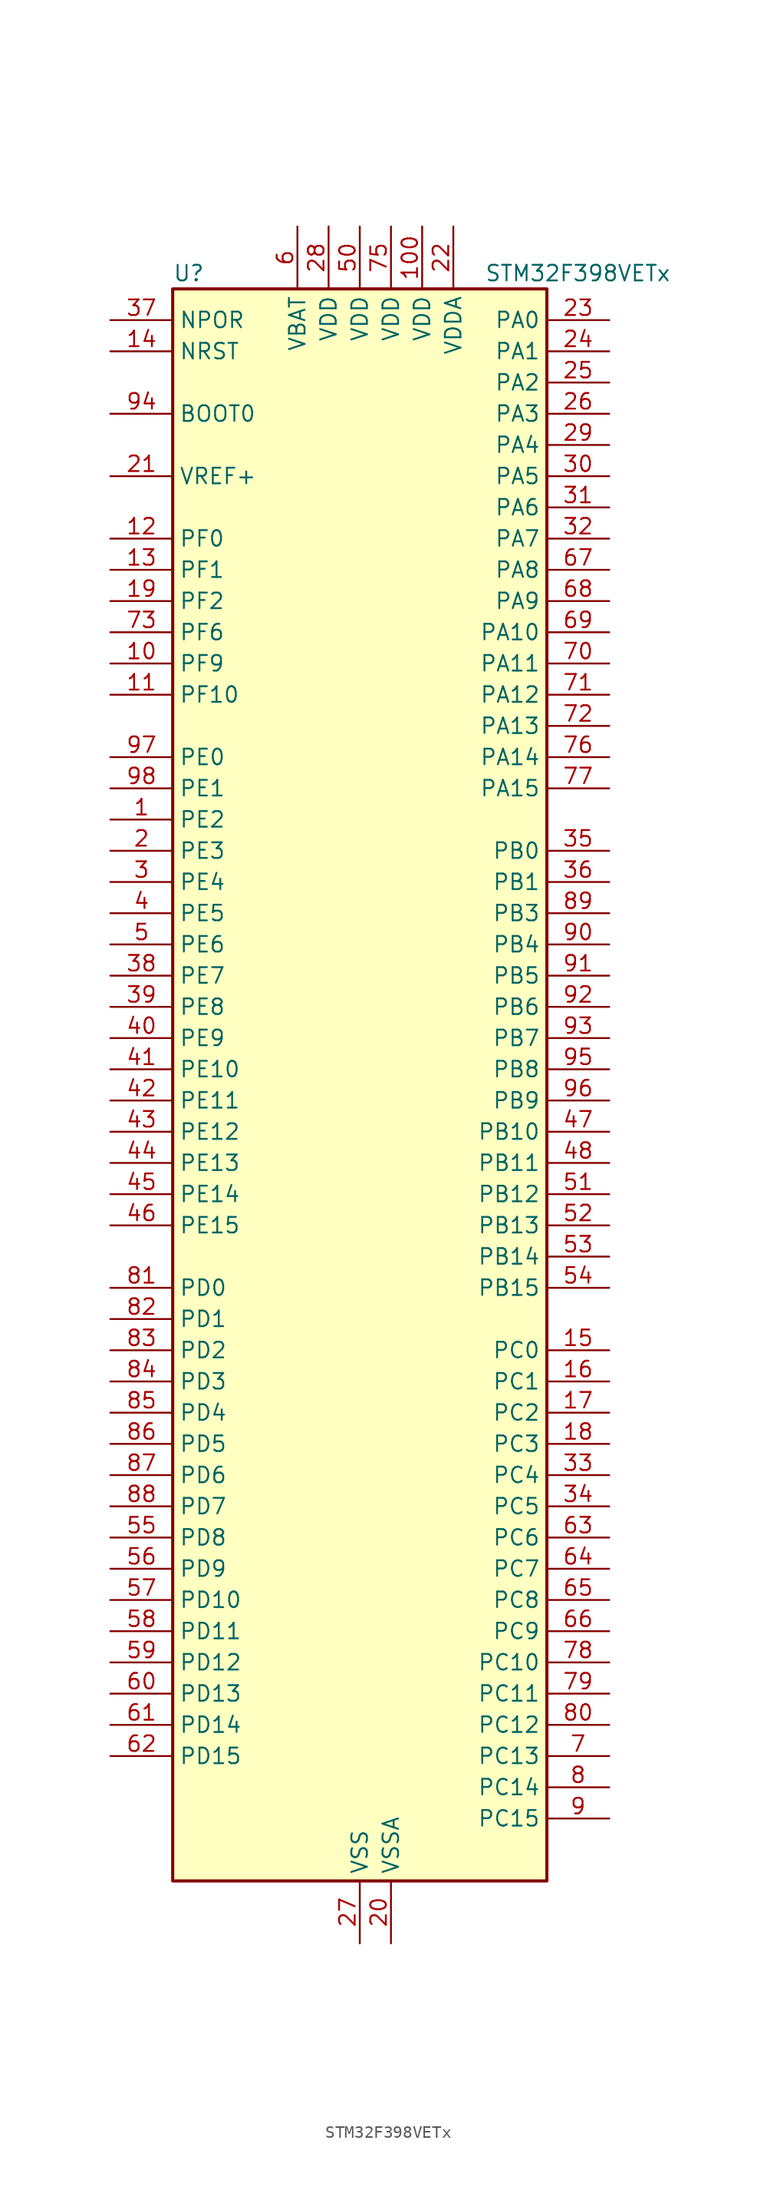
<source format=kicad_sym>
(kicad_symbol_lib
  (version 20220914)
  (generator kicad_symbol_editor)
  (symbol "STM32F398VETx"
    (property "Reference" "U"
      (at -15.24 67.31 0)
      (effects (font (size 1.27 1.27)) (justify left)))
    (property "Value" "STM32F398VETx"
      (at 10.16 67.31 0)
      (effects (font (size 1.27 1.27)) (justify left)))
    (property "ki_locked" ""
      (at 0 0 0)
      (effects (font (size 1.27 1.27))))
    (symbol "STM32F398VETx_0_1"
      (rectangle (start -15.24 -63.5) (end 15.24 66.04) (stroke (width 0.254) (type default)) (fill (type background))))
    (symbol "STM32F398VETx_1_1"
      (pin bidirectional line (at -20.32 22.86 0) (length 5.08) (name "PE2" (effects (font (size 1.27 1.27)))) (number "1" (effects (font (size 1.27 1.27)))) (alternate "ADC3_EXTI2" bidirectional line) (alternate "ADC4_EXTI2" bidirectional line) (alternate "FMC_A23" bidirectional line) (alternate "SPI4_SCK" bidirectional line) (alternate "SYS_TRACECK" bidirectional line) (alternate "TIM20_CH1" bidirectional line) (alternate "TIM3_CH1" bidirectional line) (alternate "TSC_G7_IO1" bidirectional line))
      (pin bidirectional line (at -20.32 35.56 0) (length 5.08) (name "PF9" (effects (font (size 1.27 1.27)))) (number "10" (effects (font (size 1.27 1.27)))) (alternate "DAC1_EXTI9" bidirectional line) (alternate "FMC_CD" bidirectional line) (alternate "SPI2_SCK" bidirectional line) (alternate "TIM15_CH1" bidirectional line) (alternate "TIM20_BKIN" bidirectional line))
      (pin power_in line (at 5.08 71.12 270) (length 5.08) (name "VDD" (effects (font (size 1.27 1.27)))) (number "100" (effects (font (size 1.27 1.27)))))
      (pin bidirectional line (at -20.32 33.02 0) (length 5.08) (name "PF10" (effects (font (size 1.27 1.27)))) (number "11" (effects (font (size 1.27 1.27)))) (alternate "FMC_INTR" bidirectional line) (alternate "SPI2_SCK" bidirectional line) (alternate "TIM15_CH2" bidirectional line) (alternate "TIM20_BKIN2" bidirectional line))
      (pin bidirectional line (at -20.32 45.72 0) (length 5.08) (name "PF0" (effects (font (size 1.27 1.27)))) (number "12" (effects (font (size 1.27 1.27)))) (alternate "I2C2_SDA" bidirectional line) (alternate "I2S2_WS" bidirectional line) (alternate "RCC_OSC_IN" bidirectional line) (alternate "SPI2_NSS" bidirectional line) (alternate "TIM1_CH3N" bidirectional line))
      (pin bidirectional line (at -20.32 43.18 0) (length 5.08) (name "PF1" (effects (font (size 1.27 1.27)))) (number "13" (effects (font (size 1.27 1.27)))) (alternate "I2C2_SCL" bidirectional line) (alternate "I2S2_CK" bidirectional line) (alternate "RCC_OSC_OUT" bidirectional line) (alternate "SPI2_SCK" bidirectional line))
      (pin input line (at -20.32 60.96 0) (length 5.08) (name "NRST" (effects (font (size 1.27 1.27)))) (number "14" (effects (font (size 1.27 1.27)))))
      (pin bidirectional line (at 20.32 -20.32 180) (length 5.08) (name "PC0" (effects (font (size 1.27 1.27)))) (number "15" (effects (font (size 1.27 1.27)))) (alternate "ADC1_IN6" bidirectional line) (alternate "ADC2_IN6" bidirectional line) (alternate "COMP7_INM" bidirectional line) (alternate "TIM1_CH1" bidirectional line))
      (pin bidirectional line (at 20.32 -22.86 180) (length 5.08) (name "PC1" (effects (font (size 1.27 1.27)))) (number "16" (effects (font (size 1.27 1.27)))) (alternate "ADC1_IN7" bidirectional line) (alternate "ADC2_IN7" bidirectional line) (alternate "COMP7_INP" bidirectional line) (alternate "TIM1_CH2" bidirectional line))
      (pin bidirectional line (at 20.32 -25.4 180) (length 5.08) (name "PC2" (effects (font (size 1.27 1.27)))) (number "17" (effects (font (size 1.27 1.27)))) (alternate "ADC1_IN8" bidirectional line) (alternate "ADC2_IN8" bidirectional line) (alternate "ADC3_EXTI2" bidirectional line) (alternate "ADC4_EXTI2" bidirectional line) (alternate "COMP7_OUT" bidirectional line) (alternate "TIM1_CH3" bidirectional line))
      (pin bidirectional line (at 20.32 -27.94 180) (length 5.08) (name "PC3" (effects (font (size 1.27 1.27)))) (number "18" (effects (font (size 1.27 1.27)))) (alternate "ADC1_IN9" bidirectional line) (alternate "ADC2_IN9" bidirectional line) (alternate "TIM1_BKIN2" bidirectional line) (alternate "TIM1_CH4" bidirectional line))
      (pin bidirectional line (at -20.32 40.64 0) (length 5.08) (name "PF2" (effects (font (size 1.27 1.27)))) (number "19" (effects (font (size 1.27 1.27)))) (alternate "ADC1_IN10" bidirectional line) (alternate "ADC2_IN10" bidirectional line) (alternate "ADC3_EXTI2" bidirectional line) (alternate "ADC4_EXTI2" bidirectional line) (alternate "FMC_A2" bidirectional line) (alternate "TIM20_CH3" bidirectional line))
      (pin bidirectional line (at -20.32 20.32 0) (length 5.08) (name "PE3" (effects (font (size 1.27 1.27)))) (number "2" (effects (font (size 1.27 1.27)))) (alternate "FMC_A19" bidirectional line) (alternate "SPI4_NSS" bidirectional line) (alternate "SYS_TRACED0" bidirectional line) (alternate "TIM20_CH2" bidirectional line) (alternate "TIM3_CH2" bidirectional line) (alternate "TSC_G7_IO2" bidirectional line))
      (pin power_in line (at 2.54 -68.58 90) (length 5.08) (name "VSSA" (effects (font (size 1.27 1.27)))) (number "20" (effects (font (size 1.27 1.27)))))
      (pin input line (at -20.32 50.8 0) (length 5.08) (name "VREF+" (effects (font (size 1.27 1.27)))) (number "21" (effects (font (size 1.27 1.27)))))
      (pin power_in line (at 7.62 71.12 270) (length 5.08) (name "VDDA" (effects (font (size 1.27 1.27)))) (number "22" (effects (font (size 1.27 1.27)))))
      (pin bidirectional line (at 20.32 63.5 180) (length 5.08) (name "PA0" (effects (font (size 1.27 1.27)))) (number "23" (effects (font (size 1.27 1.27)))) (alternate "ADC1_IN1" bidirectional line) (alternate "COMP1_INM" bidirectional line) (alternate "COMP1_OUT" bidirectional line) (alternate "RTC_TAMP2" bidirectional line) (alternate "SYS_WKUP1" bidirectional line) (alternate "TIM2_CH1" bidirectional line) (alternate "TIM2_ETR" bidirectional line) (alternate "TIM8_BKIN" bidirectional line) (alternate "TIM8_ETR" bidirectional line) (alternate "TSC_G1_IO1" bidirectional line) (alternate "USART2_CTS" bidirectional line))
      (pin bidirectional line (at 20.32 60.96 180) (length 5.08) (name "PA1" (effects (font (size 1.27 1.27)))) (number "24" (effects (font (size 1.27 1.27)))) (alternate "ADC1_IN2" bidirectional line) (alternate "COMP1_INP" bidirectional line) (alternate "OPAMP1_VINP" bidirectional line) (alternate "OPAMP1_VINP_SEC" bidirectional line) (alternate "OPAMP3_VINP" bidirectional line) (alternate "OPAMP3_VINP_SEC" bidirectional line) (alternate "RTC_REFIN" bidirectional line) (alternate "TIM15_CH1N" bidirectional line) (alternate "TIM2_CH2" bidirectional line) (alternate "TSC_G1_IO2" bidirectional line) (alternate "USART2_DE" bidirectional line) (alternate "USART2_RTS" bidirectional line))
      (pin bidirectional line (at 20.32 58.42 180) (length 5.08) (name "PA2" (effects (font (size 1.27 1.27)))) (number "25" (effects (font (size 1.27 1.27)))) (alternate "ADC1_IN3" bidirectional line) (alternate "ADC3_EXTI2" bidirectional line) (alternate "ADC4_EXTI2" bidirectional line) (alternate "COMP2_INM" bidirectional line) (alternate "COMP2_OUT" bidirectional line) (alternate "OPAMP1_VOUT" bidirectional line) (alternate "TIM15_CH1" bidirectional line) (alternate "TIM2_CH3" bidirectional line) (alternate "TSC_G1_IO3" bidirectional line) (alternate "USART2_TX" bidirectional line))
      (pin bidirectional line (at 20.32 55.88 180) (length 5.08) (name "PA3" (effects (font (size 1.27 1.27)))) (number "26" (effects (font (size 1.27 1.27)))) (alternate "ADC1_IN4" bidirectional line) (alternate "OPAMP1_VINM" bidirectional line) (alternate "OPAMP1_VINM_SEC" bidirectional line) (alternate "OPAMP1_VINP" bidirectional line) (alternate "OPAMP1_VINP_SEC" bidirectional line) (alternate "TIM15_CH2" bidirectional line) (alternate "TIM2_CH4" bidirectional line) (alternate "TSC_G1_IO4" bidirectional line) (alternate "USART2_RX" bidirectional line))
      (pin power_in line (at 0 -68.58 90) (length 5.08) (name "VSS" (effects (font (size 1.27 1.27)))) (number "27" (effects (font (size 1.27 1.27)))))
      (pin power_in line (at -2.54 71.12 270) (length 5.08) (name "VDD" (effects (font (size 1.27 1.27)))) (number "28" (effects (font (size 1.27 1.27)))))
      (pin bidirectional line (at 20.32 53.34 180) (length 5.08) (name "PA4" (effects (font (size 1.27 1.27)))) (number "29" (effects (font (size 1.27 1.27)))) (alternate "ADC2_IN1" bidirectional line) (alternate "COMP1_INM" bidirectional line) (alternate "COMP2_INM" bidirectional line) (alternate "COMP3_INM" bidirectional line) (alternate "COMP4_INM" bidirectional line) (alternate "COMP5_INM" bidirectional line) (alternate "COMP6_INM" bidirectional line) (alternate "COMP7_INM" bidirectional line) (alternate "DAC1_OUT1" bidirectional line) (alternate "I2S3_WS" bidirectional line) (alternate "OPAMP4_VINP" bidirectional line) (alternate "OPAMP4_VINP_SEC" bidirectional line) (alternate "SPI1_NSS" bidirectional line) (alternate "SPI3_NSS" bidirectional line) (alternate "TIM3_CH2" bidirectional line) (alternate "TSC_G2_IO1" bidirectional line) (alternate "USART2_CK" bidirectional line))
      (pin bidirectional line (at -20.32 17.78 0) (length 5.08) (name "PE4" (effects (font (size 1.27 1.27)))) (number "3" (effects (font (size 1.27 1.27)))) (alternate "FMC_A20" bidirectional line) (alternate "SPI4_NSS" bidirectional line) (alternate "SYS_TRACED1" bidirectional line) (alternate "TIM20_CH1N" bidirectional line) (alternate "TIM3_CH3" bidirectional line) (alternate "TSC_G7_IO3" bidirectional line))
      (pin bidirectional line (at 20.32 50.8 180) (length 5.08) (name "PA5" (effects (font (size 1.27 1.27)))) (number "30" (effects (font (size 1.27 1.27)))) (alternate "ADC2_IN2" bidirectional line) (alternate "COMP1_INM" bidirectional line) (alternate "COMP2_INM" bidirectional line) (alternate "COMP3_INM" bidirectional line) (alternate "COMP4_INM" bidirectional line) (alternate "COMP5_INM" bidirectional line) (alternate "COMP6_INM" bidirectional line) (alternate "COMP7_INM" bidirectional line) (alternate "DAC1_OUT2" bidirectional line) (alternate "OPAMP1_VINP" bidirectional line) (alternate "OPAMP1_VINP_SEC" bidirectional line) (alternate "OPAMP2_VINM" bidirectional line) (alternate "OPAMP2_VINM_SEC" bidirectional line) (alternate "OPAMP3_VINP" bidirectional line) (alternate "OPAMP3_VINP_SEC" bidirectional line) (alternate "SPI1_SCK" bidirectional line) (alternate "TIM2_CH1" bidirectional line) (alternate "TIM2_ETR" bidirectional line) (alternate "TSC_G2_IO2" bidirectional line))
      (pin bidirectional line (at 20.32 48.26 180) (length 5.08) (name "PA6" (effects (font (size 1.27 1.27)))) (number "31" (effects (font (size 1.27 1.27)))) (alternate "ADC2_IN3" bidirectional line) (alternate "COMP1_OUT" bidirectional line) (alternate "OPAMP2_VOUT" bidirectional line) (alternate "SPI1_MISO" bidirectional line) (alternate "TIM16_CH1" bidirectional line) (alternate "TIM1_BKIN" bidirectional line) (alternate "TIM3_CH1" bidirectional line) (alternate "TIM8_BKIN" bidirectional line) (alternate "TSC_G2_IO3" bidirectional line))
      (pin bidirectional line (at 20.32 45.72 180) (length 5.08) (name "PA7" (effects (font (size 1.27 1.27)))) (number "32" (effects (font (size 1.27 1.27)))) (alternate "ADC2_IN4" bidirectional line) (alternate "COMP2_INP" bidirectional line) (alternate "OPAMP1_VINP" bidirectional line) (alternate "OPAMP1_VINP_SEC" bidirectional line) (alternate "OPAMP2_VINP" bidirectional line) (alternate "OPAMP2_VINP_SEC" bidirectional line) (alternate "SPI1_MOSI" bidirectional line) (alternate "TIM17_CH1" bidirectional line) (alternate "TIM1_CH1N" bidirectional line) (alternate "TIM3_CH2" bidirectional line) (alternate "TIM8_CH1N" bidirectional line) (alternate "TSC_G2_IO4" bidirectional line))
      (pin bidirectional line (at 20.32 -30.48 180) (length 5.08) (name "PC4" (effects (font (size 1.27 1.27)))) (number "33" (effects (font (size 1.27 1.27)))) (alternate "ADC2_IN5" bidirectional line) (alternate "TIM1_ETR" bidirectional line) (alternate "USART1_TX" bidirectional line))
      (pin bidirectional line (at 20.32 -33.02 180) (length 5.08) (name "PC5" (effects (font (size 1.27 1.27)))) (number "34" (effects (font (size 1.27 1.27)))) (alternate "ADC2_IN11" bidirectional line) (alternate "OPAMP1_VINM" bidirectional line) (alternate "OPAMP1_VINM_SEC" bidirectional line) (alternate "OPAMP2_VINM" bidirectional line) (alternate "OPAMP2_VINM_SEC" bidirectional line) (alternate "TIM15_BKIN" bidirectional line) (alternate "TSC_G3_IO1" bidirectional line) (alternate "USART1_RX" bidirectional line))
      (pin bidirectional line (at 20.32 20.32 180) (length 5.08) (name "PB0" (effects (font (size 1.27 1.27)))) (number "35" (effects (font (size 1.27 1.27)))) (alternate "ADC3_IN12" bidirectional line) (alternate "COMP4_INP" bidirectional line) (alternate "OPAMP2_VINP" bidirectional line) (alternate "OPAMP2_VINP_SEC" bidirectional line) (alternate "OPAMP3_VINP" bidirectional line) (alternate "OPAMP3_VINP_SEC" bidirectional line) (alternate "TIM1_CH2N" bidirectional line) (alternate "TIM3_CH3" bidirectional line) (alternate "TIM8_CH2N" bidirectional line) (alternate "TSC_G3_IO2" bidirectional line))
      (pin bidirectional line (at 20.32 17.78 180) (length 5.08) (name "PB1" (effects (font (size 1.27 1.27)))) (number "36" (effects (font (size 1.27 1.27)))) (alternate "ADC3_IN1" bidirectional line) (alternate "COMP4_OUT" bidirectional line) (alternate "OPAMP3_VOUT" bidirectional line) (alternate "TIM1_CH3N" bidirectional line) (alternate "TIM3_CH4" bidirectional line) (alternate "TIM8_CH3N" bidirectional line) (alternate "TSC_G3_IO3" bidirectional line))
      (pin input line (at -20.32 63.5 0) (length 5.08) (name "NPOR" (effects (font (size 1.27 1.27)))) (number "37" (effects (font (size 1.27 1.27)))))
      (pin bidirectional line (at -20.32 10.16 0) (length 5.08) (name "PE7" (effects (font (size 1.27 1.27)))) (number "38" (effects (font (size 1.27 1.27)))) (alternate "ADC3_IN13" bidirectional line) (alternate "FMC_D4" bidirectional line) (alternate "FMC_DA4" bidirectional line) (alternate "TIM1_ETR" bidirectional line))
      (pin bidirectional line (at -20.32 7.62 0) (length 5.08) (name "PE8" (effects (font (size 1.27 1.27)))) (number "39" (effects (font (size 1.27 1.27)))) (alternate "ADC3_IN6" bidirectional line) (alternate "ADC4_IN6" bidirectional line) (alternate "COMP4_INM" bidirectional line) (alternate "FMC_D5" bidirectional line) (alternate "FMC_DA5" bidirectional line) (alternate "TIM1_CH1N" bidirectional line))
      (pin bidirectional line (at -20.32 15.24 0) (length 5.08) (name "PE5" (effects (font (size 1.27 1.27)))) (number "4" (effects (font (size 1.27 1.27)))) (alternate "FMC_A21" bidirectional line) (alternate "SPI4_MISO" bidirectional line) (alternate "SYS_TRACED2" bidirectional line) (alternate "TIM20_CH2N" bidirectional line) (alternate "TIM3_CH4" bidirectional line) (alternate "TSC_G7_IO4" bidirectional line))
      (pin bidirectional line (at -20.32 5.08 0) (length 5.08) (name "PE9" (effects (font (size 1.27 1.27)))) (number "40" (effects (font (size 1.27 1.27)))) (alternate "ADC3_IN2" bidirectional line) (alternate "DAC1_EXTI9" bidirectional line) (alternate "FMC_D6" bidirectional line) (alternate "FMC_DA6" bidirectional line) (alternate "TIM1_CH1" bidirectional line))
      (pin bidirectional line (at -20.32 2.54 0) (length 5.08) (name "PE10" (effects (font (size 1.27 1.27)))) (number "41" (effects (font (size 1.27 1.27)))) (alternate "ADC3_IN14" bidirectional line) (alternate "FMC_D7" bidirectional line) (alternate "FMC_DA7" bidirectional line) (alternate "TIM1_CH2N" bidirectional line))
      (pin bidirectional line (at -20.32 0 0) (length 5.08) (name "PE11" (effects (font (size 1.27 1.27)))) (number "42" (effects (font (size 1.27 1.27)))) (alternate "ADC1_EXTI11" bidirectional line) (alternate "ADC2_EXTI11" bidirectional line) (alternate "ADC3_IN15" bidirectional line) (alternate "FMC_D8" bidirectional line) (alternate "FMC_DA8" bidirectional line) (alternate "SPI4_NSS" bidirectional line) (alternate "TIM1_CH2" bidirectional line))
      (pin bidirectional line (at -20.32 -2.54 0) (length 5.08) (name "PE12" (effects (font (size 1.27 1.27)))) (number "43" (effects (font (size 1.27 1.27)))) (alternate "ADC3_IN16" bidirectional line) (alternate "FMC_D9" bidirectional line) (alternate "FMC_DA9" bidirectional line) (alternate "SPI4_SCK" bidirectional line) (alternate "TIM1_CH3N" bidirectional line))
      (pin bidirectional line (at -20.32 -5.08 0) (length 5.08) (name "PE13" (effects (font (size 1.27 1.27)))) (number "44" (effects (font (size 1.27 1.27)))) (alternate "ADC3_IN3" bidirectional line) (alternate "FMC_D10" bidirectional line) (alternate "FMC_DA10" bidirectional line) (alternate "SPI4_MISO" bidirectional line) (alternate "TIM1_CH3" bidirectional line))
      (pin bidirectional line (at -20.32 -7.62 0) (length 5.08) (name "PE14" (effects (font (size 1.27 1.27)))) (number "45" (effects (font (size 1.27 1.27)))) (alternate "ADC4_IN1" bidirectional line) (alternate "FMC_D11" bidirectional line) (alternate "FMC_DA11" bidirectional line) (alternate "SPI4_MOSI" bidirectional line) (alternate "TIM1_BKIN2" bidirectional line) (alternate "TIM1_CH4" bidirectional line))
      (pin bidirectional line (at -20.32 -10.16 0) (length 5.08) (name "PE15" (effects (font (size 1.27 1.27)))) (number "46" (effects (font (size 1.27 1.27)))) (alternate "ADC1_EXTI15" bidirectional line) (alternate "ADC2_EXTI15" bidirectional line) (alternate "ADC3_EXTI15" bidirectional line) (alternate "ADC4_EXTI15" bidirectional line) (alternate "ADC4_IN2" bidirectional line) (alternate "FMC_D12" bidirectional line) (alternate "FMC_DA12" bidirectional line) (alternate "TIM1_BKIN" bidirectional line) (alternate "USART3_RX" bidirectional line))
      (pin bidirectional line (at 20.32 -2.54 180) (length 5.08) (name "PB10" (effects (font (size 1.27 1.27)))) (number "47" (effects (font (size 1.27 1.27)))) (alternate "COMP5_INM" bidirectional line) (alternate "OPAMP3_VINM" bidirectional line) (alternate "OPAMP3_VINM_SEC" bidirectional line) (alternate "OPAMP4_VINM" bidirectional line) (alternate "OPAMP4_VINM_SEC" bidirectional line) (alternate "TIM2_CH3" bidirectional line) (alternate "TSC_SYNC" bidirectional line) (alternate "USART3_TX" bidirectional line))
      (pin bidirectional line (at 20.32 -5.08 180) (length 5.08) (name "PB11" (effects (font (size 1.27 1.27)))) (number "48" (effects (font (size 1.27 1.27)))) (alternate "ADC1_EXTI11" bidirectional line) (alternate "ADC1_IN14" bidirectional line) (alternate "ADC2_EXTI11" bidirectional line) (alternate "ADC2_IN14" bidirectional line) (alternate "COMP6_INP" bidirectional line) (alternate "OPAMP4_VINP" bidirectional line) (alternate "OPAMP4_VINP_SEC" bidirectional line) (alternate "TIM2_CH4" bidirectional line) (alternate "TSC_G6_IO1" bidirectional line) (alternate "USART3_RX" bidirectional line))
      (pin passive line (at 0 -68.58 90) (length 5.08) hide (name "VSS" (effects (font (size 1.27 1.27)))) (number "49" (effects (font (size 1.27 1.27)))))
      (pin bidirectional line (at -20.32 12.7 0) (length 5.08) (name "PE6" (effects (font (size 1.27 1.27)))) (number "5" (effects (font (size 1.27 1.27)))) (alternate "FMC_A22" bidirectional line) (alternate "RTC_TAMP3" bidirectional line) (alternate "SPI4_MOSI" bidirectional line) (alternate "SYS_TRACED3" bidirectional line) (alternate "SYS_WKUP3" bidirectional line) (alternate "TIM20_CH3N" bidirectional line))
      (pin power_in line (at 0 71.12 270) (length 5.08) (name "VDD" (effects (font (size 1.27 1.27)))) (number "50" (effects (font (size 1.27 1.27)))))
      (pin bidirectional line (at 20.32 -7.62 180) (length 5.08) (name "PB12" (effects (font (size 1.27 1.27)))) (number "51" (effects (font (size 1.27 1.27)))) (alternate "ADC4_IN3" bidirectional line) (alternate "COMP3_INM" bidirectional line) (alternate "I2C2_SMBA" bidirectional line) (alternate "I2S2_WS" bidirectional line) (alternate "OPAMP4_VOUT" bidirectional line) (alternate "SPI2_NSS" bidirectional line) (alternate "TIM1_BKIN" bidirectional line) (alternate "TSC_G6_IO2" bidirectional line) (alternate "USART3_CK" bidirectional line))
      (pin bidirectional line (at 20.32 -10.16 180) (length 5.08) (name "PB13" (effects (font (size 1.27 1.27)))) (number "52" (effects (font (size 1.27 1.27)))) (alternate "ADC3_IN5" bidirectional line) (alternate "COMP5_INP" bidirectional line) (alternate "I2S2_CK" bidirectional line) (alternate "OPAMP3_VINP" bidirectional line) (alternate "OPAMP3_VINP_SEC" bidirectional line) (alternate "OPAMP4_VINP" bidirectional line) (alternate "OPAMP4_VINP_SEC" bidirectional line) (alternate "SPI2_SCK" bidirectional line) (alternate "TIM1_CH1N" bidirectional line) (alternate "TSC_G6_IO3" bidirectional line) (alternate "USART3_CTS" bidirectional line))
      (pin bidirectional line (at 20.32 -12.7 180) (length 5.08) (name "PB14" (effects (font (size 1.27 1.27)))) (number "53" (effects (font (size 1.27 1.27)))) (alternate "ADC4_IN4" bidirectional line) (alternate "COMP3_INP" bidirectional line) (alternate "I2S2_ext_SD" bidirectional line) (alternate "OPAMP2_VINP" bidirectional line) (alternate "OPAMP2_VINP_SEC" bidirectional line) (alternate "SPI2_MISO" bidirectional line) (alternate "TIM15_CH1" bidirectional line) (alternate "TIM1_CH2N" bidirectional line) (alternate "TSC_G6_IO4" bidirectional line) (alternate "USART3_DE" bidirectional line) (alternate "USART3_RTS" bidirectional line))
      (pin bidirectional line (at 20.32 -15.24 180) (length 5.08) (name "PB15" (effects (font (size 1.27 1.27)))) (number "54" (effects (font (size 1.27 1.27)))) (alternate "ADC1_EXTI15" bidirectional line) (alternate "ADC2_EXTI15" bidirectional line) (alternate "ADC3_EXTI15" bidirectional line) (alternate "ADC4_EXTI15" bidirectional line) (alternate "ADC4_IN5" bidirectional line) (alternate "COMP6_INM" bidirectional line) (alternate "I2S2_SD" bidirectional line) (alternate "RTC_REFIN" bidirectional line) (alternate "SPI2_MOSI" bidirectional line) (alternate "TIM15_CH1N" bidirectional line) (alternate "TIM15_CH2" bidirectional line) (alternate "TIM1_CH3N" bidirectional line))
      (pin bidirectional line (at -20.32 -35.56 0) (length 5.08) (name "PD8" (effects (font (size 1.27 1.27)))) (number "55" (effects (font (size 1.27 1.27)))) (alternate "ADC4_IN12" bidirectional line) (alternate "FMC_D13" bidirectional line) (alternate "FMC_DA13" bidirectional line) (alternate "OPAMP4_VINM" bidirectional line) (alternate "OPAMP4_VINM_SEC" bidirectional line) (alternate "USART3_TX" bidirectional line))
      (pin bidirectional line (at -20.32 -38.1 0) (length 5.08) (name "PD9" (effects (font (size 1.27 1.27)))) (number "56" (effects (font (size 1.27 1.27)))) (alternate "ADC4_IN13" bidirectional line) (alternate "DAC1_EXTI9" bidirectional line) (alternate "FMC_D14" bidirectional line) (alternate "FMC_DA14" bidirectional line) (alternate "USART3_RX" bidirectional line))
      (pin bidirectional line (at -20.32 -40.64 0) (length 5.08) (name "PD10" (effects (font (size 1.27 1.27)))) (number "57" (effects (font (size 1.27 1.27)))) (alternate "ADC3_IN7" bidirectional line) (alternate "ADC4_IN7" bidirectional line) (alternate "COMP6_INM" bidirectional line) (alternate "FMC_D15" bidirectional line) (alternate "FMC_DA15" bidirectional line) (alternate "USART3_CK" bidirectional line))
      (pin bidirectional line (at -20.32 -43.18 0) (length 5.08) (name "PD11" (effects (font (size 1.27 1.27)))) (number "58" (effects (font (size 1.27 1.27)))) (alternate "ADC1_EXTI11" bidirectional line) (alternate "ADC2_EXTI11" bidirectional line) (alternate "ADC3_IN8" bidirectional line) (alternate "ADC4_IN8" bidirectional line) (alternate "FMC_A16" bidirectional line) (alternate "FMC_CLE" bidirectional line) (alternate "OPAMP4_VINP" bidirectional line) (alternate "OPAMP4_VINP_SEC" bidirectional line) (alternate "USART3_CTS" bidirectional line))
      (pin bidirectional line (at -20.32 -45.72 0) (length 5.08) (name "PD12" (effects (font (size 1.27 1.27)))) (number "59" (effects (font (size 1.27 1.27)))) (alternate "ADC3_IN9" bidirectional line) (alternate "ADC4_IN9" bidirectional line) (alternate "FMC_A17" bidirectional line) (alternate "FMC_ALE" bidirectional line) (alternate "TIM4_CH1" bidirectional line) (alternate "TSC_G8_IO1" bidirectional line) (alternate "USART3_DE" bidirectional line) (alternate "USART3_RTS" bidirectional line))
      (pin power_in line (at -5.08 71.12 270) (length 5.08) (name "VBAT" (effects (font (size 1.27 1.27)))) (number "6" (effects (font (size 1.27 1.27)))))
      (pin bidirectional line (at -20.32 -48.26 0) (length 5.08) (name "PD13" (effects (font (size 1.27 1.27)))) (number "60" (effects (font (size 1.27 1.27)))) (alternate "ADC3_IN10" bidirectional line) (alternate "ADC4_IN10" bidirectional line) (alternate "COMP5_INM" bidirectional line) (alternate "FMC_A18" bidirectional line) (alternate "TIM4_CH2" bidirectional line) (alternate "TSC_G8_IO2" bidirectional line))
      (pin bidirectional line (at -20.32 -50.8 0) (length 5.08) (name "PD14" (effects (font (size 1.27 1.27)))) (number "61" (effects (font (size 1.27 1.27)))) (alternate "ADC3_IN11" bidirectional line) (alternate "ADC4_IN11" bidirectional line) (alternate "FMC_D0" bidirectional line) (alternate "FMC_DA0" bidirectional line) (alternate "OPAMP2_VINP" bidirectional line) (alternate "OPAMP2_VINP_SEC" bidirectional line) (alternate "TIM4_CH3" bidirectional line) (alternate "TSC_G8_IO3" bidirectional line))
      (pin bidirectional line (at -20.32 -53.34 0) (length 5.08) (name "PD15" (effects (font (size 1.27 1.27)))) (number "62" (effects (font (size 1.27 1.27)))) (alternate "ADC1_EXTI15" bidirectional line) (alternate "ADC2_EXTI15" bidirectional line) (alternate "ADC3_EXTI15" bidirectional line) (alternate "ADC4_EXTI15" bidirectional line) (alternate "COMP3_INM" bidirectional line) (alternate "FMC_D1" bidirectional line) (alternate "FMC_DA1" bidirectional line) (alternate "SPI2_NSS" bidirectional line) (alternate "TIM4_CH4" bidirectional line) (alternate "TSC_G8_IO4" bidirectional line))
      (pin bidirectional line (at 20.32 -35.56 180) (length 5.08) (name "PC6" (effects (font (size 1.27 1.27)))) (number "63" (effects (font (size 1.27 1.27)))) (alternate "COMP6_OUT" bidirectional line) (alternate "I2S2_MCK" bidirectional line) (alternate "TIM3_CH1" bidirectional line) (alternate "TIM8_CH1" bidirectional line))
      (pin bidirectional line (at 20.32 -38.1 180) (length 5.08) (name "PC7" (effects (font (size 1.27 1.27)))) (number "64" (effects (font (size 1.27 1.27)))) (alternate "COMP5_OUT" bidirectional line) (alternate "I2S3_MCK" bidirectional line) (alternate "TIM3_CH2" bidirectional line) (alternate "TIM8_CH2" bidirectional line))
      (pin bidirectional line (at 20.32 -40.64 180) (length 5.08) (name "PC8" (effects (font (size 1.27 1.27)))) (number "65" (effects (font (size 1.27 1.27)))) (alternate "COMP3_OUT" bidirectional line) (alternate "TIM3_CH3" bidirectional line) (alternate "TIM8_CH3" bidirectional line))
      (pin bidirectional line (at 20.32 -43.18 180) (length 5.08) (name "PC9" (effects (font (size 1.27 1.27)))) (number "66" (effects (font (size 1.27 1.27)))) (alternate "DAC1_EXTI9" bidirectional line) (alternate "I2C3_SDA" bidirectional line) (alternate "I2S_CKIN" bidirectional line) (alternate "TIM3_CH4" bidirectional line) (alternate "TIM8_BKIN2" bidirectional line) (alternate "TIM8_CH4" bidirectional line))
      (pin bidirectional line (at 20.32 43.18 180) (length 5.08) (name "PA8" (effects (font (size 1.27 1.27)))) (number "67" (effects (font (size 1.27 1.27)))) (alternate "COMP3_OUT" bidirectional line) (alternate "I2C2_SMBA" bidirectional line) (alternate "I2C3_SCL" bidirectional line) (alternate "I2S2_MCK" bidirectional line) (alternate "RCC_MCO" bidirectional line) (alternate "TIM1_CH1" bidirectional line) (alternate "TIM4_ETR" bidirectional line) (alternate "USART1_CK" bidirectional line))
      (pin bidirectional line (at 20.32 40.64 180) (length 5.08) (name "PA9" (effects (font (size 1.27 1.27)))) (number "68" (effects (font (size 1.27 1.27)))) (alternate "COMP5_OUT" bidirectional line) (alternate "DAC1_EXTI9" bidirectional line) (alternate "I2C2_SCL" bidirectional line) (alternate "I2C3_SMBA" bidirectional line) (alternate "I2S3_MCK" bidirectional line) (alternate "TIM15_BKIN" bidirectional line) (alternate "TIM1_CH2" bidirectional line) (alternate "TIM2_CH3" bidirectional line) (alternate "TSC_G4_IO1" bidirectional line) (alternate "USART1_TX" bidirectional line))
      (pin bidirectional line (at 20.32 38.1 180) (length 5.08) (name "PA10" (effects (font (size 1.27 1.27)))) (number "69" (effects (font (size 1.27 1.27)))) (alternate "COMP6_OUT" bidirectional line) (alternate "I2C2_SDA" bidirectional line) (alternate "I2S2_ext_SD" bidirectional line) (alternate "SPI2_MISO" bidirectional line) (alternate "TIM17_BKIN" bidirectional line) (alternate "TIM1_CH3" bidirectional line) (alternate "TIM2_CH4" bidirectional line) (alternate "TIM8_BKIN" bidirectional line) (alternate "TSC_G4_IO2" bidirectional line) (alternate "USART1_RX" bidirectional line))
      (pin bidirectional line (at 20.32 -53.34 180) (length 5.08) (name "PC13" (effects (font (size 1.27 1.27)))) (number "7" (effects (font (size 1.27 1.27)))) (alternate "RTC_OUT_ALARM" bidirectional line) (alternate "RTC_OUT_CALIB" bidirectional line) (alternate "RTC_TAMP1" bidirectional line) (alternate "RTC_TS" bidirectional line) (alternate "SYS_WKUP2" bidirectional line) (alternate "TIM1_CH1N" bidirectional line))
      (pin bidirectional line (at 20.32 35.56 180) (length 5.08) (name "PA11" (effects (font (size 1.27 1.27)))) (number "70" (effects (font (size 1.27 1.27)))) (alternate "ADC1_EXTI11" bidirectional line) (alternate "ADC2_EXTI11" bidirectional line) (alternate "CAN_RX" bidirectional line) (alternate "COMP1_OUT" bidirectional line) (alternate "I2S2_SD" bidirectional line) (alternate "SPI2_MOSI" bidirectional line) (alternate "TIM1_BKIN2" bidirectional line) (alternate "TIM1_CH1N" bidirectional line) (alternate "TIM1_CH4" bidirectional line) (alternate "TIM4_CH1" bidirectional line) (alternate "USART1_CTS" bidirectional line))
      (pin bidirectional line (at 20.32 33.02 180) (length 5.08) (name "PA12" (effects (font (size 1.27 1.27)))) (number "71" (effects (font (size 1.27 1.27)))) (alternate "CAN_TX" bidirectional line) (alternate "COMP2_OUT" bidirectional line) (alternate "I2S_CKIN" bidirectional line) (alternate "TIM16_CH1" bidirectional line) (alternate "TIM1_CH2N" bidirectional line) (alternate "TIM1_ETR" bidirectional line) (alternate "TIM4_CH2" bidirectional line) (alternate "USART1_DE" bidirectional line) (alternate "USART1_RTS" bidirectional line))
      (pin bidirectional line (at 20.32 30.48 180) (length 5.08) (name "PA13" (effects (font (size 1.27 1.27)))) (number "72" (effects (font (size 1.27 1.27)))) (alternate "IR_OUT" bidirectional line) (alternate "SYS_JTMS-SWDIO" bidirectional line) (alternate "TIM16_CH1N" bidirectional line) (alternate "TIM4_CH3" bidirectional line) (alternate "TSC_G4_IO3" bidirectional line) (alternate "USART3_CTS" bidirectional line))
      (pin bidirectional line (at -20.32 38.1 0) (length 5.08) (name "PF6" (effects (font (size 1.27 1.27)))) (number "73" (effects (font (size 1.27 1.27)))) (alternate "FMC_NIORD" bidirectional line) (alternate "I2C2_SCL" bidirectional line) (alternate "TIM4_CH4" bidirectional line) (alternate "USART3_DE" bidirectional line) (alternate "USART3_RTS" bidirectional line))
      (pin passive line (at 0 -68.58 90) (length 5.08) hide (name "VSS" (effects (font (size 1.27 1.27)))) (number "74" (effects (font (size 1.27 1.27)))))
      (pin power_in line (at 2.54 71.12 270) (length 5.08) (name "VDD" (effects (font (size 1.27 1.27)))) (number "75" (effects (font (size 1.27 1.27)))))
      (pin bidirectional line (at 20.32 27.94 180) (length 5.08) (name "PA14" (effects (font (size 1.27 1.27)))) (number "76" (effects (font (size 1.27 1.27)))) (alternate "I2C1_SDA" bidirectional line) (alternate "SYS_JTCK-SWCLK" bidirectional line) (alternate "TIM1_BKIN" bidirectional line) (alternate "TIM8_CH2" bidirectional line) (alternate "TSC_G4_IO4" bidirectional line) (alternate "USART2_TX" bidirectional line))
      (pin bidirectional line (at 20.32 25.4 180) (length 5.08) (name "PA15" (effects (font (size 1.27 1.27)))) (number "77" (effects (font (size 1.27 1.27)))) (alternate "ADC1_EXTI15" bidirectional line) (alternate "ADC2_EXTI15" bidirectional line) (alternate "ADC3_EXTI15" bidirectional line) (alternate "ADC4_EXTI15" bidirectional line) (alternate "I2C1_SCL" bidirectional line) (alternate "I2S3_WS" bidirectional line) (alternate "SPI1_NSS" bidirectional line) (alternate "SPI3_NSS" bidirectional line) (alternate "SYS_JTDI" bidirectional line) (alternate "TIM1_BKIN" bidirectional line) (alternate "TIM2_CH1" bidirectional line) (alternate "TIM2_ETR" bidirectional line) (alternate "TIM8_CH1" bidirectional line) (alternate "TSC_SYNC" bidirectional line) (alternate "USART2_RX" bidirectional line))
      (pin bidirectional line (at 20.32 -45.72 180) (length 5.08) (name "PC10" (effects (font (size 1.27 1.27)))) (number "78" (effects (font (size 1.27 1.27)))) (alternate "I2S3_CK" bidirectional line) (alternate "SPI3_SCK" bidirectional line) (alternate "TIM8_CH1N" bidirectional line) (alternate "UART4_TX" bidirectional line) (alternate "USART3_TX" bidirectional line))
      (pin bidirectional line (at 20.32 -48.26 180) (length 5.08) (name "PC11" (effects (font (size 1.27 1.27)))) (number "79" (effects (font (size 1.27 1.27)))) (alternate "ADC1_EXTI11" bidirectional line) (alternate "ADC2_EXTI11" bidirectional line) (alternate "I2S3_ext_SD" bidirectional line) (alternate "SPI3_MISO" bidirectional line) (alternate "TIM8_CH2N" bidirectional line) (alternate "UART4_RX" bidirectional line) (alternate "USART3_RX" bidirectional line))
      (pin bidirectional line (at 20.32 -55.88 180) (length 5.08) (name "PC14" (effects (font (size 1.27 1.27)))) (number "8" (effects (font (size 1.27 1.27)))) (alternate "RCC_OSC32_IN" bidirectional line))
      (pin bidirectional line (at 20.32 -50.8 180) (length 5.08) (name "PC12" (effects (font (size 1.27 1.27)))) (number "80" (effects (font (size 1.27 1.27)))) (alternate "I2S3_SD" bidirectional line) (alternate "SPI3_MOSI" bidirectional line) (alternate "TIM8_CH3N" bidirectional line) (alternate "UART5_TX" bidirectional line) (alternate "USART3_CK" bidirectional line))
      (pin bidirectional line (at -20.32 -15.24 0) (length 5.08) (name "PD0" (effects (font (size 1.27 1.27)))) (number "81" (effects (font (size 1.27 1.27)))) (alternate "CAN_RX" bidirectional line) (alternate "FMC_D2" bidirectional line) (alternate "FMC_DA2" bidirectional line))
      (pin bidirectional line (at -20.32 -17.78 0) (length 5.08) (name "PD1" (effects (font (size 1.27 1.27)))) (number "82" (effects (font (size 1.27 1.27)))) (alternate "CAN_TX" bidirectional line) (alternate "FMC_D3" bidirectional line) (alternate "FMC_DA3" bidirectional line) (alternate "TIM8_BKIN2" bidirectional line) (alternate "TIM8_CH4" bidirectional line))
      (pin bidirectional line (at -20.32 -20.32 0) (length 5.08) (name "PD2" (effects (font (size 1.27 1.27)))) (number "83" (effects (font (size 1.27 1.27)))) (alternate "ADC3_EXTI2" bidirectional line) (alternate "ADC4_EXTI2" bidirectional line) (alternate "TIM3_ETR" bidirectional line) (alternate "TIM8_BKIN" bidirectional line) (alternate "UART5_RX" bidirectional line))
      (pin bidirectional line (at -20.32 -22.86 0) (length 5.08) (name "PD3" (effects (font (size 1.27 1.27)))) (number "84" (effects (font (size 1.27 1.27)))) (alternate "FMC_CLK" bidirectional line) (alternate "TIM2_CH1" bidirectional line) (alternate "TIM2_ETR" bidirectional line) (alternate "USART2_CTS" bidirectional line))
      (pin bidirectional line (at -20.32 -25.4 0) (length 5.08) (name "PD4" (effects (font (size 1.27 1.27)))) (number "85" (effects (font (size 1.27 1.27)))) (alternate "FMC_NOE" bidirectional line) (alternate "TIM2_CH2" bidirectional line) (alternate "USART2_DE" bidirectional line) (alternate "USART2_RTS" bidirectional line))
      (pin bidirectional line (at -20.32 -27.94 0) (length 5.08) (name "PD5" (effects (font (size 1.27 1.27)))) (number "86" (effects (font (size 1.27 1.27)))) (alternate "FMC_NWE" bidirectional line) (alternate "USART2_TX" bidirectional line))
      (pin bidirectional line (at -20.32 -30.48 0) (length 5.08) (name "PD6" (effects (font (size 1.27 1.27)))) (number "87" (effects (font (size 1.27 1.27)))) (alternate "FMC_NWAIT" bidirectional line) (alternate "TIM2_CH4" bidirectional line) (alternate "USART2_RX" bidirectional line))
      (pin bidirectional line (at -20.32 -33.02 0) (length 5.08) (name "PD7" (effects (font (size 1.27 1.27)))) (number "88" (effects (font (size 1.27 1.27)))) (alternate "FMC_NCE2" bidirectional line) (alternate "FMC_NE1" bidirectional line) (alternate "TIM2_CH3" bidirectional line) (alternate "USART2_CK" bidirectional line))
      (pin bidirectional line (at 20.32 15.24 180) (length 5.08) (name "PB3" (effects (font (size 1.27 1.27)))) (number "89" (effects (font (size 1.27 1.27)))) (alternate "I2S3_CK" bidirectional line) (alternate "SPI1_SCK" bidirectional line) (alternate "SPI3_SCK" bidirectional line) (alternate "SYS_JTDO-TRACESWO" bidirectional line) (alternate "TIM2_CH2" bidirectional line) (alternate "TIM3_ETR" bidirectional line) (alternate "TIM4_ETR" bidirectional line) (alternate "TIM8_CH1N" bidirectional line) (alternate "TSC_G5_IO1" bidirectional line) (alternate "USART2_TX" bidirectional line))
      (pin bidirectional line (at 20.32 -58.42 180) (length 5.08) (name "PC15" (effects (font (size 1.27 1.27)))) (number "9" (effects (font (size 1.27 1.27)))) (alternate "ADC1_EXTI15" bidirectional line) (alternate "ADC2_EXTI15" bidirectional line) (alternate "ADC3_EXTI15" bidirectional line) (alternate "ADC4_EXTI15" bidirectional line) (alternate "RCC_OSC32_OUT" bidirectional line))
      (pin bidirectional line (at 20.32 12.7 180) (length 5.08) (name "PB4" (effects (font (size 1.27 1.27)))) (number "90" (effects (font (size 1.27 1.27)))) (alternate "I2S3_ext_SD" bidirectional line) (alternate "SPI1_MISO" bidirectional line) (alternate "SPI3_MISO" bidirectional line) (alternate "SYS_NJTRST" bidirectional line) (alternate "TIM16_CH1" bidirectional line) (alternate "TIM17_BKIN" bidirectional line) (alternate "TIM3_CH1" bidirectional line) (alternate "TIM8_CH2N" bidirectional line) (alternate "TSC_G5_IO2" bidirectional line) (alternate "USART2_RX" bidirectional line))
      (pin bidirectional line (at 20.32 10.16 180) (length 5.08) (name "PB5" (effects (font (size 1.27 1.27)))) (number "91" (effects (font (size 1.27 1.27)))) (alternate "I2C1_SMBA" bidirectional line) (alternate "I2C3_SDA" bidirectional line) (alternate "I2S3_SD" bidirectional line) (alternate "SPI1_MOSI" bidirectional line) (alternate "SPI3_MOSI" bidirectional line) (alternate "TIM16_BKIN" bidirectional line) (alternate "TIM17_CH1" bidirectional line) (alternate "TIM3_CH2" bidirectional line) (alternate "TIM8_CH3N" bidirectional line) (alternate "USART2_CK" bidirectional line))
      (pin bidirectional line (at 20.32 7.62 180) (length 5.08) (name "PB6" (effects (font (size 1.27 1.27)))) (number "92" (effects (font (size 1.27 1.27)))) (alternate "I2C1_SCL" bidirectional line) (alternate "TIM16_CH1N" bidirectional line) (alternate "TIM4_CH1" bidirectional line) (alternate "TIM8_BKIN2" bidirectional line) (alternate "TIM8_CH1" bidirectional line) (alternate "TIM8_ETR" bidirectional line) (alternate "TSC_G5_IO3" bidirectional line) (alternate "USART1_TX" bidirectional line))
      (pin bidirectional line (at 20.32 5.08 180) (length 5.08) (name "PB7" (effects (font (size 1.27 1.27)))) (number "93" (effects (font (size 1.27 1.27)))) (alternate "FMC_NL" bidirectional line) (alternate "I2C1_SDA" bidirectional line) (alternate "TIM17_CH1N" bidirectional line) (alternate "TIM3_CH4" bidirectional line) (alternate "TIM4_CH2" bidirectional line) (alternate "TIM8_BKIN" bidirectional line) (alternate "TSC_G5_IO4" bidirectional line) (alternate "USART1_RX" bidirectional line))
      (pin input line (at -20.32 55.88 0) (length 5.08) (name "BOOT0" (effects (font (size 1.27 1.27)))) (number "94" (effects (font (size 1.27 1.27)))))
      (pin bidirectional line (at 20.32 2.54 180) (length 5.08) (name "PB8" (effects (font (size 1.27 1.27)))) (number "95" (effects (font (size 1.27 1.27)))) (alternate "CAN_RX" bidirectional line) (alternate "COMP1_OUT" bidirectional line) (alternate "I2C1_SCL" bidirectional line) (alternate "TIM16_CH1" bidirectional line) (alternate "TIM1_BKIN" bidirectional line) (alternate "TIM4_CH3" bidirectional line) (alternate "TIM8_CH2" bidirectional line) (alternate "TSC_SYNC" bidirectional line) (alternate "USART3_RX" bidirectional line))
      (pin bidirectional line (at 20.32 0 180) (length 5.08) (name "PB9" (effects (font (size 1.27 1.27)))) (number "96" (effects (font (size 1.27 1.27)))) (alternate "CAN_TX" bidirectional line) (alternate "COMP2_OUT" bidirectional line) (alternate "DAC1_EXTI9" bidirectional line) (alternate "I2C1_SDA" bidirectional line) (alternate "IR_OUT" bidirectional line) (alternate "TIM17_CH1" bidirectional line) (alternate "TIM4_CH4" bidirectional line) (alternate "TIM8_CH3" bidirectional line) (alternate "USART3_TX" bidirectional line))
      (pin bidirectional line (at -20.32 27.94 0) (length 5.08) (name "PE0" (effects (font (size 1.27 1.27)))) (number "97" (effects (font (size 1.27 1.27)))) (alternate "FMC_NBL0" bidirectional line) (alternate "TIM16_CH1" bidirectional line) (alternate "TIM20_ETR" bidirectional line) (alternate "TIM4_ETR" bidirectional line) (alternate "USART1_TX" bidirectional line))
      (pin bidirectional line (at -20.32 25.4 0) (length 5.08) (name "PE1" (effects (font (size 1.27 1.27)))) (number "98" (effects (font (size 1.27 1.27)))) (alternate "FMC_NBL1" bidirectional line) (alternate "TIM17_CH1" bidirectional line) (alternate "TIM20_CH4" bidirectional line) (alternate "USART1_RX" bidirectional line))
      (pin passive line (at 0 -68.58 90) (length 5.08) hide (name "VSS" (effects (font (size 1.27 1.27)))) (number "99" (effects (font (size 1.27 1.27))))))))
</source>
